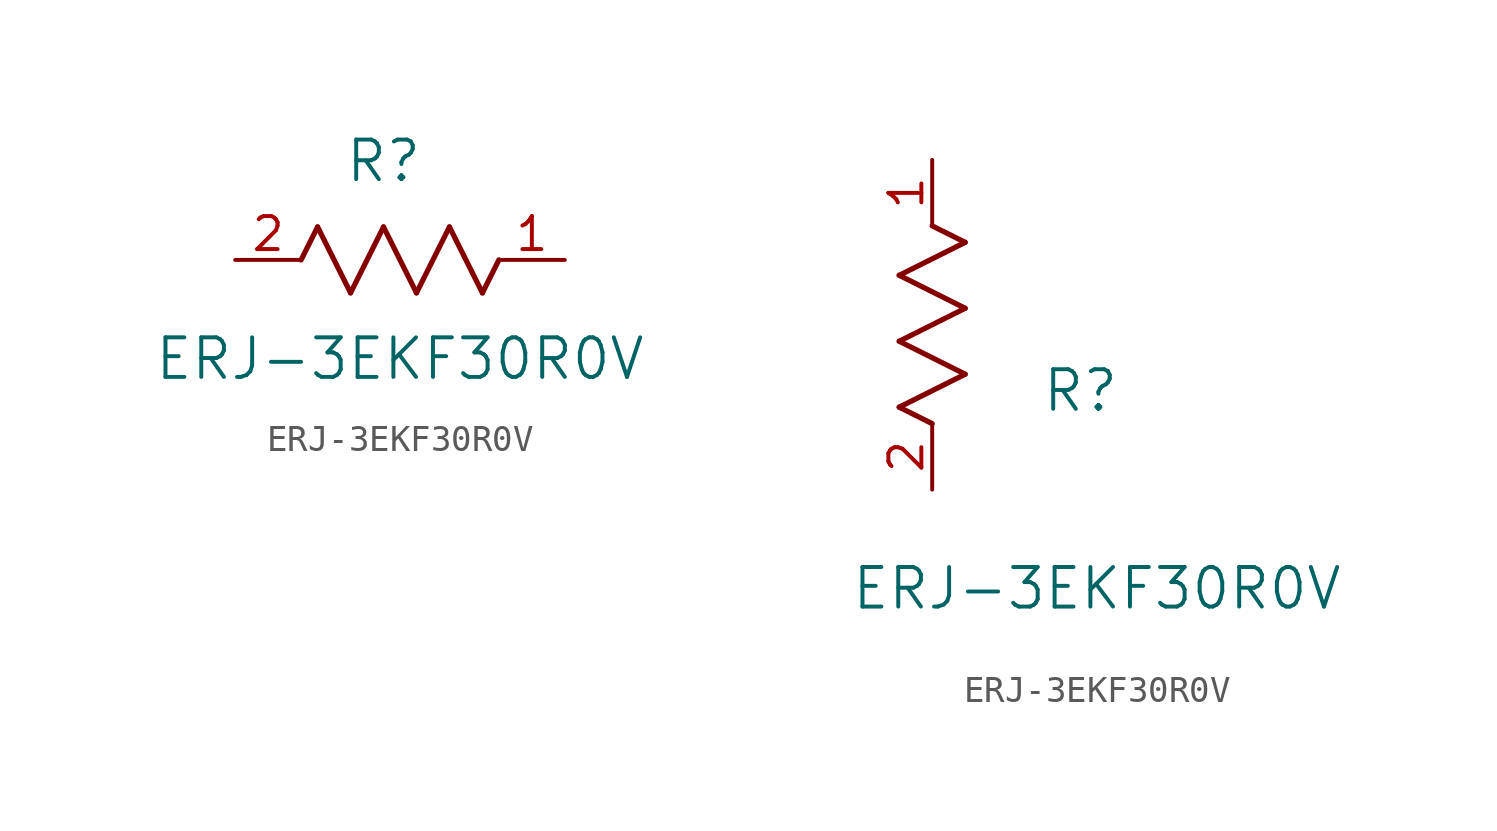
<source format=kicad_sym>
(kicad_symbol_lib
  (version 20211014)
  (generator kicad_symbol_editor)
  (symbol "ERJ-3EKF30R0V"
    (pin_names
      (offset 0.254))
    (property "Reference" "R"
      (at 5.715 3.81 0)
      (effects (font (size 1.524 1.524))))
    (property "Value" "ERJ-3EKF30R0V"
      (at 6.35 -3.81 0)
      (effects (font (size 1.524 1.524))))
    (symbol "ERJ-3EKF30R0V_1_1"
      (polyline (pts (xy 3.175 1.27) (xy 4.445 -1.27)) (stroke (width 0.203) (type default) (color 0 0 0 0)) (fill (type none)))
      (polyline (pts (xy 4.445 -1.27) (xy 5.715 1.27)) (stroke (width 0.203) (type default) (color 0 0 0 0)) (fill (type none)))
      (polyline (pts (xy 5.715 1.27) (xy 6.985 -1.27)) (stroke (width 0.203) (type default) (color 0 0 0 0)) (fill (type none)))
      (polyline (pts (xy 6.985 -1.27) (xy 8.255 1.27)) (stroke (width 0.203) (type default) (color 0 0 0 0)) (fill (type none)))
      (polyline (pts (xy 8.255 1.27) (xy 9.525 -1.27)) (stroke (width 0.203) (type default) (color 0 0 0 0)) (fill (type none)))
      (polyline (pts (xy 2.54 0) (xy 3.175 1.27)) (stroke (width 0.203) (type default) (color 0 0 0 0)) (fill (type none)))
      (polyline (pts (xy 9.525 -1.27) (xy 10.16 0)) (stroke (width 0.203) (type default) (color 0 0 0 0)) (fill (type none)))
      (pin unspecified line (at 12.7 0 180) (length 2.54) (name "" (effects (font (size 1.27 1.27)))) (number "1" (effects (font (size 1.27 1.27)))))
      (pin unspecified line (at 0 0 0) (length 2.54) (name "" (effects (font (size 1.27 1.27)))) (number "2" (effects (font (size 1.27 1.27))))))
    (symbol "ERJ-3EKF30R0V_1_2"
      (polyline (pts (xy 0 2.54) (xy -1.27 3.175)) (stroke (width 0.203) (type default) (color 0 0 0 0)) (fill (type none)))
      (polyline (pts (xy -1.27 3.175) (xy 1.27 4.445)) (stroke (width 0.203) (type default) (color 0 0 0 0)) (fill (type none)))
      (polyline (pts (xy 1.27 4.445) (xy -1.27 5.715)) (stroke (width 0.203) (type default) (color 0 0 0 0)) (fill (type none)))
      (polyline (pts (xy -1.27 5.715) (xy 1.27 6.985)) (stroke (width 0.203) (type default) (color 0 0 0 0)) (fill (type none)))
      (polyline (pts (xy -1.27 8.255) (xy 1.27 9.525)) (stroke (width 0.203) (type default) (color 0 0 0 0)) (fill (type none)))
      (polyline (pts (xy 1.27 9.525) (xy 0 10.16)) (stroke (width 0.203) (type default) (color 0 0 0 0)) (fill (type none)))
      (polyline (pts (xy 1.27 6.985) (xy -1.27 8.255)) (stroke (width 0.203) (type default) (color 0 0 0 0)) (fill (type none)))
      (pin unspecified line (at 0 12.7 270) (length 2.54) (name "" (effects (font (size 1.27 1.27)))) (number "1" (effects (font (size 1.27 1.27)))))
      (pin unspecified line (at 0 0 90) (length 2.54) (name "" (effects (font (size 1.27 1.27)))) (number "2" (effects (font (size 1.27 1.27))))))))
</source>
